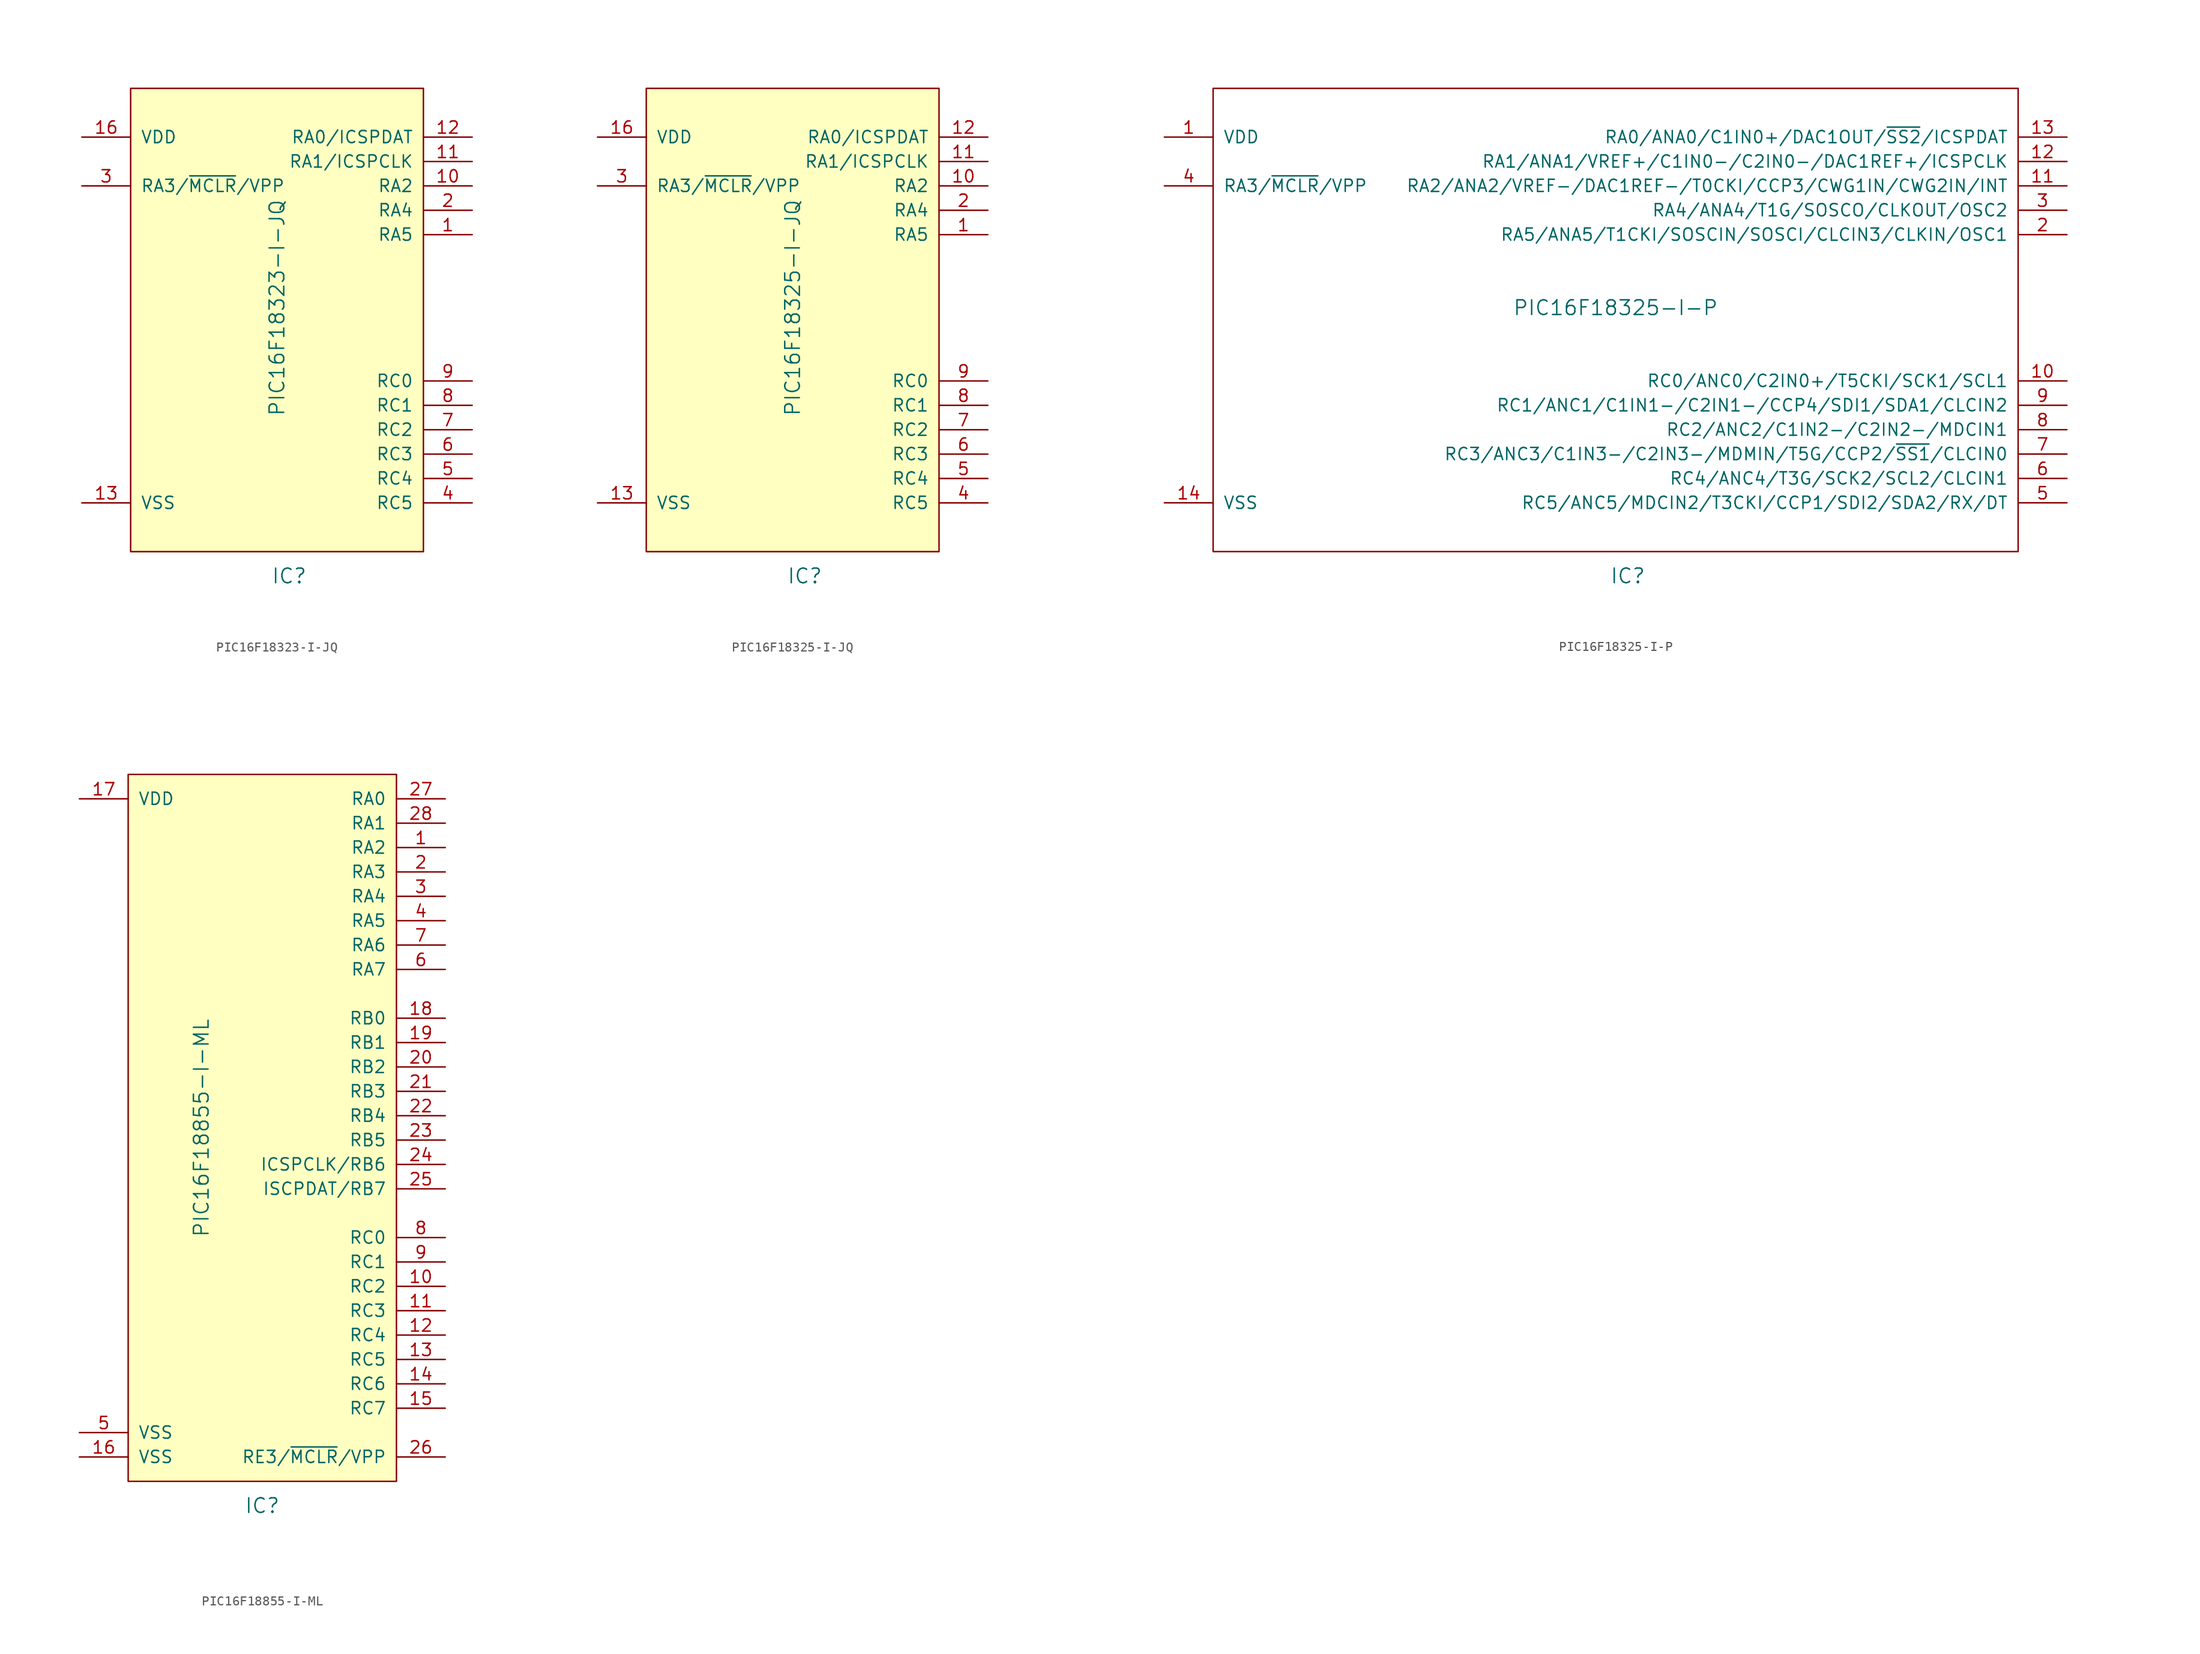
<source format=kicad_sym>
(kicad_symbol_lib
  (version 20220914)
  (generator kicad_symbol_editor)
  (symbol "PIC16F18323-I-JQ"
    (pin_names
      (offset 1.016))
    (property "Reference" "IC"
      (at 1.27 -27.94 0)
      (effects (font (size 1.524 1.524))))
    (property "Value" "PIC16F18323-I-JQ"
      (at 0 0 90)
      (effects (font (size 1.524 1.524))))
    (property "Footprint" ""
      (at 1.27 -17.78 0)
      (effects (font (size 1.524 1.524))))
    (property "Datasheet" ""
      (at 1.27 -17.78 0)
      (effects (font (size 1.524 1.524))))
    (symbol "PIC16F18323-I-JQ_0_1"
      (rectangle (start -15.24 22.86) (end 15.24 -25.4) (stroke (width 0) (type solid)) (fill (type background))))
    (symbol "PIC16F18323-I-JQ_1_1"
      (pin bidirectional line (at 20.32 7.62 180) (length 5.08) (name "RA5" (effects (font (size 1.27 1.27)))) (number "1" (effects (font (size 1.27 1.27)))))
      (pin bidirectional line (at 20.32 12.7 180) (length 5.08) (name "RA2" (effects (font (size 1.27 1.27)))) (number "10" (effects (font (size 1.27 1.27)))))
      (pin bidirectional line (at 20.32 15.24 180) (length 5.08) (name "RA1/ICSPCLK" (effects (font (size 1.27 1.27)))) (number "11" (effects (font (size 1.27 1.27)))))
      (pin bidirectional line (at 20.32 17.78 180) (length 5.08) (name "RA0/ICSPDAT" (effects (font (size 1.27 1.27)))) (number "12" (effects (font (size 1.27 1.27)))))
      (pin bidirectional line (at -20.32 -20.32 0) (length 5.08) (name "VSS" (effects (font (size 1.27 1.27)))) (number "13" (effects (font (size 1.27 1.27)))))
      (pin no_connect line (at -20.32 1.27 0) (length 5.08) hide (name "NC" (effects (font (size 1.27 1.27)))) (number "14" (effects (font (size 1.27 1.27)))))
      (pin no_connect line (at -20.32 -1.27 0) (length 5.08) hide (name "NC" (effects (font (size 1.27 1.27)))) (number "15" (effects (font (size 1.27 1.27)))))
      (pin power_in line (at -20.32 17.78 0) (length 5.08) (name "VDD" (effects (font (size 1.27 1.27)))) (number "16" (effects (font (size 1.27 1.27)))))
      (pin bidirectional line (at 20.32 10.16 180) (length 5.08) (name "RA4" (effects (font (size 1.27 1.27)))) (number "2" (effects (font (size 1.27 1.27)))))
      (pin bidirectional line (at -20.32 12.7 0) (length 5.08) (name "RA3/~{MCLR}/VPP" (effects (font (size 1.27 1.27)))) (number "3" (effects (font (size 1.27 1.27)))))
      (pin bidirectional line (at 20.32 -20.32 180) (length 5.08) (name "RC5" (effects (font (size 1.27 1.27)))) (number "4" (effects (font (size 1.27 1.27)))))
      (pin bidirectional line (at 20.32 -17.78 180) (length 5.08) (name "RC4" (effects (font (size 1.27 1.27)))) (number "5" (effects (font (size 1.27 1.27)))))
      (pin bidirectional line (at 20.32 -15.24 180) (length 5.08) (name "RC3" (effects (font (size 1.27 1.27)))) (number "6" (effects (font (size 1.27 1.27)))))
      (pin bidirectional line (at 20.32 -12.7 180) (length 5.08) (name "RC2" (effects (font (size 1.27 1.27)))) (number "7" (effects (font (size 1.27 1.27)))))
      (pin bidirectional line (at 20.32 -10.16 180) (length 5.08) (name "RC1" (effects (font (size 1.27 1.27)))) (number "8" (effects (font (size 1.27 1.27)))))
      (pin bidirectional line (at 20.32 -7.62 180) (length 5.08) (name "RC0" (effects (font (size 1.27 1.27)))) (number "9" (effects (font (size 1.27 1.27)))))))
  (symbol "PIC16F18325-I-JQ"
    (pin_names
      (offset 1.016))
    (property "Reference" "IC"
      (at 1.27 -27.94 0)
      (effects (font (size 1.524 1.524))))
    (property "Value" "PIC16F18325-I-JQ"
      (at 0 0 90)
      (effects (font (size 1.524 1.524))))
    (property "Footprint" ""
      (at 1.27 -17.78 0)
      (effects (font (size 1.524 1.524))))
    (property "Datasheet" ""
      (at 1.27 -17.78 0)
      (effects (font (size 1.524 1.524))))
    (symbol "PIC16F18325-I-JQ_0_1"
      (rectangle (start -15.24 22.86) (end 15.24 -25.4) (stroke (width 0) (type solid)) (fill (type background))))
    (symbol "PIC16F18325-I-JQ_1_1"
      (pin bidirectional line (at 20.32 7.62 180) (length 5.08) (name "RA5" (effects (font (size 1.27 1.27)))) (number "1" (effects (font (size 1.27 1.27)))))
      (pin bidirectional line (at 20.32 12.7 180) (length 5.08) (name "RA2" (effects (font (size 1.27 1.27)))) (number "10" (effects (font (size 1.27 1.27)))))
      (pin bidirectional line (at 20.32 15.24 180) (length 5.08) (name "RA1/ICSPCLK" (effects (font (size 1.27 1.27)))) (number "11" (effects (font (size 1.27 1.27)))))
      (pin bidirectional line (at 20.32 17.78 180) (length 5.08) (name "RA0/ICSPDAT" (effects (font (size 1.27 1.27)))) (number "12" (effects (font (size 1.27 1.27)))))
      (pin bidirectional line (at -20.32 -20.32 0) (length 5.08) (name "VSS" (effects (font (size 1.27 1.27)))) (number "13" (effects (font (size 1.27 1.27)))))
      (pin no_connect line (at -20.32 1.27 0) (length 5.08) hide (name "NC" (effects (font (size 1.27 1.27)))) (number "14" (effects (font (size 1.27 1.27)))))
      (pin no_connect line (at -20.32 -1.27 0) (length 5.08) hide (name "NC" (effects (font (size 1.27 1.27)))) (number "15" (effects (font (size 1.27 1.27)))))
      (pin power_in line (at -20.32 17.78 0) (length 5.08) (name "VDD" (effects (font (size 1.27 1.27)))) (number "16" (effects (font (size 1.27 1.27)))))
      (pin bidirectional line (at 20.32 10.16 180) (length 5.08) (name "RA4" (effects (font (size 1.27 1.27)))) (number "2" (effects (font (size 1.27 1.27)))))
      (pin bidirectional line (at -20.32 12.7 0) (length 5.08) (name "RA3/~{MCLR}/VPP" (effects (font (size 1.27 1.27)))) (number "3" (effects (font (size 1.27 1.27)))))
      (pin bidirectional line (at 20.32 -20.32 180) (length 5.08) (name "RC5" (effects (font (size 1.27 1.27)))) (number "4" (effects (font (size 1.27 1.27)))))
      (pin bidirectional line (at 20.32 -17.78 180) (length 5.08) (name "RC4" (effects (font (size 1.27 1.27)))) (number "5" (effects (font (size 1.27 1.27)))))
      (pin bidirectional line (at 20.32 -15.24 180) (length 5.08) (name "RC3" (effects (font (size 1.27 1.27)))) (number "6" (effects (font (size 1.27 1.27)))))
      (pin bidirectional line (at 20.32 -12.7 180) (length 5.08) (name "RC2" (effects (font (size 1.27 1.27)))) (number "7" (effects (font (size 1.27 1.27)))))
      (pin bidirectional line (at 20.32 -10.16 180) (length 5.08) (name "RC1" (effects (font (size 1.27 1.27)))) (number "8" (effects (font (size 1.27 1.27)))))
      (pin bidirectional line (at 20.32 -7.62 180) (length 5.08) (name "RC0" (effects (font (size 1.27 1.27)))) (number "9" (effects (font (size 1.27 1.27)))))))
  (symbol "PIC16F18325-I-P"
    (pin_names
      (offset 1.016))
    (property "Reference" "IC"
      (at 1.27 -27.94 0)
      (effects (font (size 1.524 1.524))))
    (property "Value" "PIC16F18325-I-P"
      (at 0 0 0)
      (effects (font (size 1.524 1.524))))
    (property "Footprint" ""
      (at 1.27 -17.78 0)
      (effects (font (size 1.524 1.524))))
    (property "Datasheet" ""
      (at 1.27 -17.78 0)
      (effects (font (size 1.524 1.524))))
    (symbol "PIC16F18325-I-P_0_1"
      (rectangle (start -41.91 22.86) (end 41.91 -25.4) (stroke (width 0) (type solid)) (fill (type none))))
    (symbol "PIC16F18325-I-P_1_1"
      (pin power_in line (at -46.99 17.78 0) (length 5.08) (name "VDD" (effects (font (size 1.27 1.27)))) (number "1" (effects (font (size 1.27 1.27)))))
      (pin bidirectional line (at 46.99 -7.62 180) (length 5.08) (name "RC0/ANC0/C2IN0+/T5CKI/SCK1/SCL1" (effects (font (size 1.27 1.27)))) (number "10" (effects (font (size 1.27 1.27)))))
      (pin bidirectional line (at 46.99 12.7 180) (length 5.08) (name "RA2/ANA2/VREF-/DAC1REF-/T0CKI/CCP3/CWG1IN/CWG2IN/INT" (effects (font (size 1.27 1.27)))) (number "11" (effects (font (size 1.27 1.27)))))
      (pin bidirectional line (at 46.99 15.24 180) (length 5.08) (name "RA1/ANA1/VREF+/C1IN0-/C2IN0-/DAC1REF+/ICSPCLK" (effects (font (size 1.27 1.27)))) (number "12" (effects (font (size 1.27 1.27)))))
      (pin bidirectional line (at 46.99 17.78 180) (length 5.08) (name "RA0/ANA0/C1IN0+/DAC1OUT/~{SS2}/ICSPDAT" (effects (font (size 1.27 1.27)))) (number "13" (effects (font (size 1.27 1.27)))))
      (pin bidirectional line (at -46.99 -20.32 0) (length 5.08) (name "VSS" (effects (font (size 1.27 1.27)))) (number "14" (effects (font (size 1.27 1.27)))))
      (pin bidirectional line (at 46.99 7.62 180) (length 5.08) (name "RA5/ANA5/T1CKI/SOSCIN/SOSCI/CLCIN3/CLKIN/OSC1" (effects (font (size 1.27 1.27)))) (number "2" (effects (font (size 1.27 1.27)))))
      (pin bidirectional line (at 46.99 10.16 180) (length 5.08) (name "RA4/ANA4/T1G/SOSCO/CLKOUT/OSC2" (effects (font (size 1.27 1.27)))) (number "3" (effects (font (size 1.27 1.27)))))
      (pin bidirectional line (at -46.99 12.7 0) (length 5.08) (name "RA3/~{MCLR}/VPP" (effects (font (size 1.27 1.27)))) (number "4" (effects (font (size 1.27 1.27)))))
      (pin bidirectional line (at 46.99 -20.32 180) (length 5.08) (name "RC5/ANC5/MDCIN2/T3CKI/CCP1/SDI2/SDA2/RX/DT" (effects (font (size 1.27 1.27)))) (number "5" (effects (font (size 1.27 1.27)))))
      (pin bidirectional line (at 46.99 -17.78 180) (length 5.08) (name "RC4/ANC4/T3G/SCK2/SCL2/CLCIN1" (effects (font (size 1.27 1.27)))) (number "6" (effects (font (size 1.27 1.27)))))
      (pin bidirectional line (at 46.99 -15.24 180) (length 5.08) (name "RC3/ANC3/C1IN3-/C2IN3-/MDMIN/T5G/CCP2/~{SS1}/CLCIN0" (effects (font (size 1.27 1.27)))) (number "7" (effects (font (size 1.27 1.27)))))
      (pin bidirectional line (at 46.99 -12.7 180) (length 5.08) (name "RC2/ANC2/C1IN2-/C2IN2-/MDCIN1" (effects (font (size 1.27 1.27)))) (number "8" (effects (font (size 1.27 1.27)))))
      (pin bidirectional line (at 46.99 -10.16 180) (length 5.08) (name "RC1/ANC1/C1IN1-/C2IN1-/CCP4/SDI1/SDA1/CLCIN2" (effects (font (size 1.27 1.27)))) (number "9" (effects (font (size 1.27 1.27)))))))
  (symbol "PIC16F18855-I-ML"
    (pin_names
      (offset 1.016))
    (property "Reference" "IC"
      (at 0 -39.37 0)
      (effects (font (size 1.524 1.524))))
    (property "Value" "PIC16F18855-I-ML"
      (at -6.35 0 90)
      (effects (font (size 1.524 1.524))))
    (symbol "PIC16F18855-I-ML_0_1"
      (rectangle (start -13.97 36.83) (end 13.97 -36.83) (stroke (width 0) (type solid)) (fill (type background))))
    (symbol "PIC16F18855-I-ML_1_1"
      (pin input line (at 19.05 29.21 180) (length 5.08) (name "RA2" (effects (font (size 1.27 1.27)))) (number "1" (effects (font (size 1.27 1.27)))))
      (pin input line (at 19.05 -16.51 180) (length 5.08) (name "RC2" (effects (font (size 1.27 1.27)))) (number "10" (effects (font (size 1.27 1.27)))))
      (pin input line (at 19.05 -19.05 180) (length 5.08) (name "RC3" (effects (font (size 1.27 1.27)))) (number "11" (effects (font (size 1.27 1.27)))))
      (pin input line (at 19.05 -21.59 180) (length 5.08) (name "RC4" (effects (font (size 1.27 1.27)))) (number "12" (effects (font (size 1.27 1.27)))))
      (pin input line (at 19.05 -24.13 180) (length 5.08) (name "RC5" (effects (font (size 1.27 1.27)))) (number "13" (effects (font (size 1.27 1.27)))))
      (pin input line (at 19.05 -26.67 180) (length 5.08) (name "RC6" (effects (font (size 1.27 1.27)))) (number "14" (effects (font (size 1.27 1.27)))))
      (pin input line (at 19.05 -29.21 180) (length 5.08) (name "RC7" (effects (font (size 1.27 1.27)))) (number "15" (effects (font (size 1.27 1.27)))))
      (pin input line (at -19.05 -34.29 0) (length 5.08) (name "VSS" (effects (font (size 1.27 1.27)))) (number "16" (effects (font (size 1.27 1.27)))))
      (pin power_in line (at -19.05 34.29 0) (length 5.08) (name "VDD" (effects (font (size 1.27 1.27)))) (number "17" (effects (font (size 1.27 1.27)))))
      (pin input line (at 19.05 11.43 180) (length 5.08) (name "RB0" (effects (font (size 1.27 1.27)))) (number "18" (effects (font (size 1.27 1.27)))))
      (pin input line (at 19.05 8.89 180) (length 5.08) (name "RB1" (effects (font (size 1.27 1.27)))) (number "19" (effects (font (size 1.27 1.27)))))
      (pin input line (at 19.05 26.67 180) (length 5.08) (name "RA3" (effects (font (size 1.27 1.27)))) (number "2" (effects (font (size 1.27 1.27)))))
      (pin input line (at 19.05 6.35 180) (length 5.08) (name "RB2" (effects (font (size 1.27 1.27)))) (number "20" (effects (font (size 1.27 1.27)))))
      (pin input line (at 19.05 3.81 180) (length 5.08) (name "RB3" (effects (font (size 1.27 1.27)))) (number "21" (effects (font (size 1.27 1.27)))))
      (pin input line (at 19.05 1.27 180) (length 5.08) (name "RB4" (effects (font (size 1.27 1.27)))) (number "22" (effects (font (size 1.27 1.27)))))
      (pin input line (at 19.05 -1.27 180) (length 5.08) (name "RB5" (effects (font (size 1.27 1.27)))) (number "23" (effects (font (size 1.27 1.27)))))
      (pin input line (at 19.05 -3.81 180) (length 5.08) (name "ICSPCLK/RB6" (effects (font (size 1.27 1.27)))) (number "24" (effects (font (size 1.27 1.27)))))
      (pin input line (at 19.05 -6.35 180) (length 5.08) (name "ISCPDAT/RB7" (effects (font (size 1.27 1.27)))) (number "25" (effects (font (size 1.27 1.27)))))
      (pin input line (at 19.05 -34.29 180) (length 5.08) (name "RE3/~{MCLR}/VPP" (effects (font (size 1.27 1.27)))) (number "26" (effects (font (size 1.27 1.27)))))
      (pin input line (at 19.05 34.29 180) (length 5.08) (name "RA0" (effects (font (size 1.27 1.27)))) (number "27" (effects (font (size 1.27 1.27)))))
      (pin input line (at 19.05 31.75 180) (length 5.08) (name "RA1" (effects (font (size 1.27 1.27)))) (number "28" (effects (font (size 1.27 1.27)))))
      (pin input line (at 19.05 24.13 180) (length 5.08) (name "RA4" (effects (font (size 1.27 1.27)))) (number "3" (effects (font (size 1.27 1.27)))))
      (pin input line (at 19.05 21.59 180) (length 5.08) (name "RA5" (effects (font (size 1.27 1.27)))) (number "4" (effects (font (size 1.27 1.27)))))
      (pin input line (at -19.05 -31.75 0) (length 5.08) (name "VSS" (effects (font (size 1.27 1.27)))) (number "5" (effects (font (size 1.27 1.27)))))
      (pin input line (at 19.05 16.51 180) (length 5.08) (name "RA7" (effects (font (size 1.27 1.27)))) (number "6" (effects (font (size 1.27 1.27)))))
      (pin input line (at 19.05 19.05 180) (length 5.08) (name "RA6" (effects (font (size 1.27 1.27)))) (number "7" (effects (font (size 1.27 1.27)))))
      (pin input line (at 19.05 -11.43 180) (length 5.08) (name "RC0" (effects (font (size 1.27 1.27)))) (number "8" (effects (font (size 1.27 1.27)))))
      (pin input line (at 19.05 -13.97 180) (length 5.08) (name "RC1" (effects (font (size 1.27 1.27)))) (number "9" (effects (font (size 1.27 1.27))))))))
</source>
